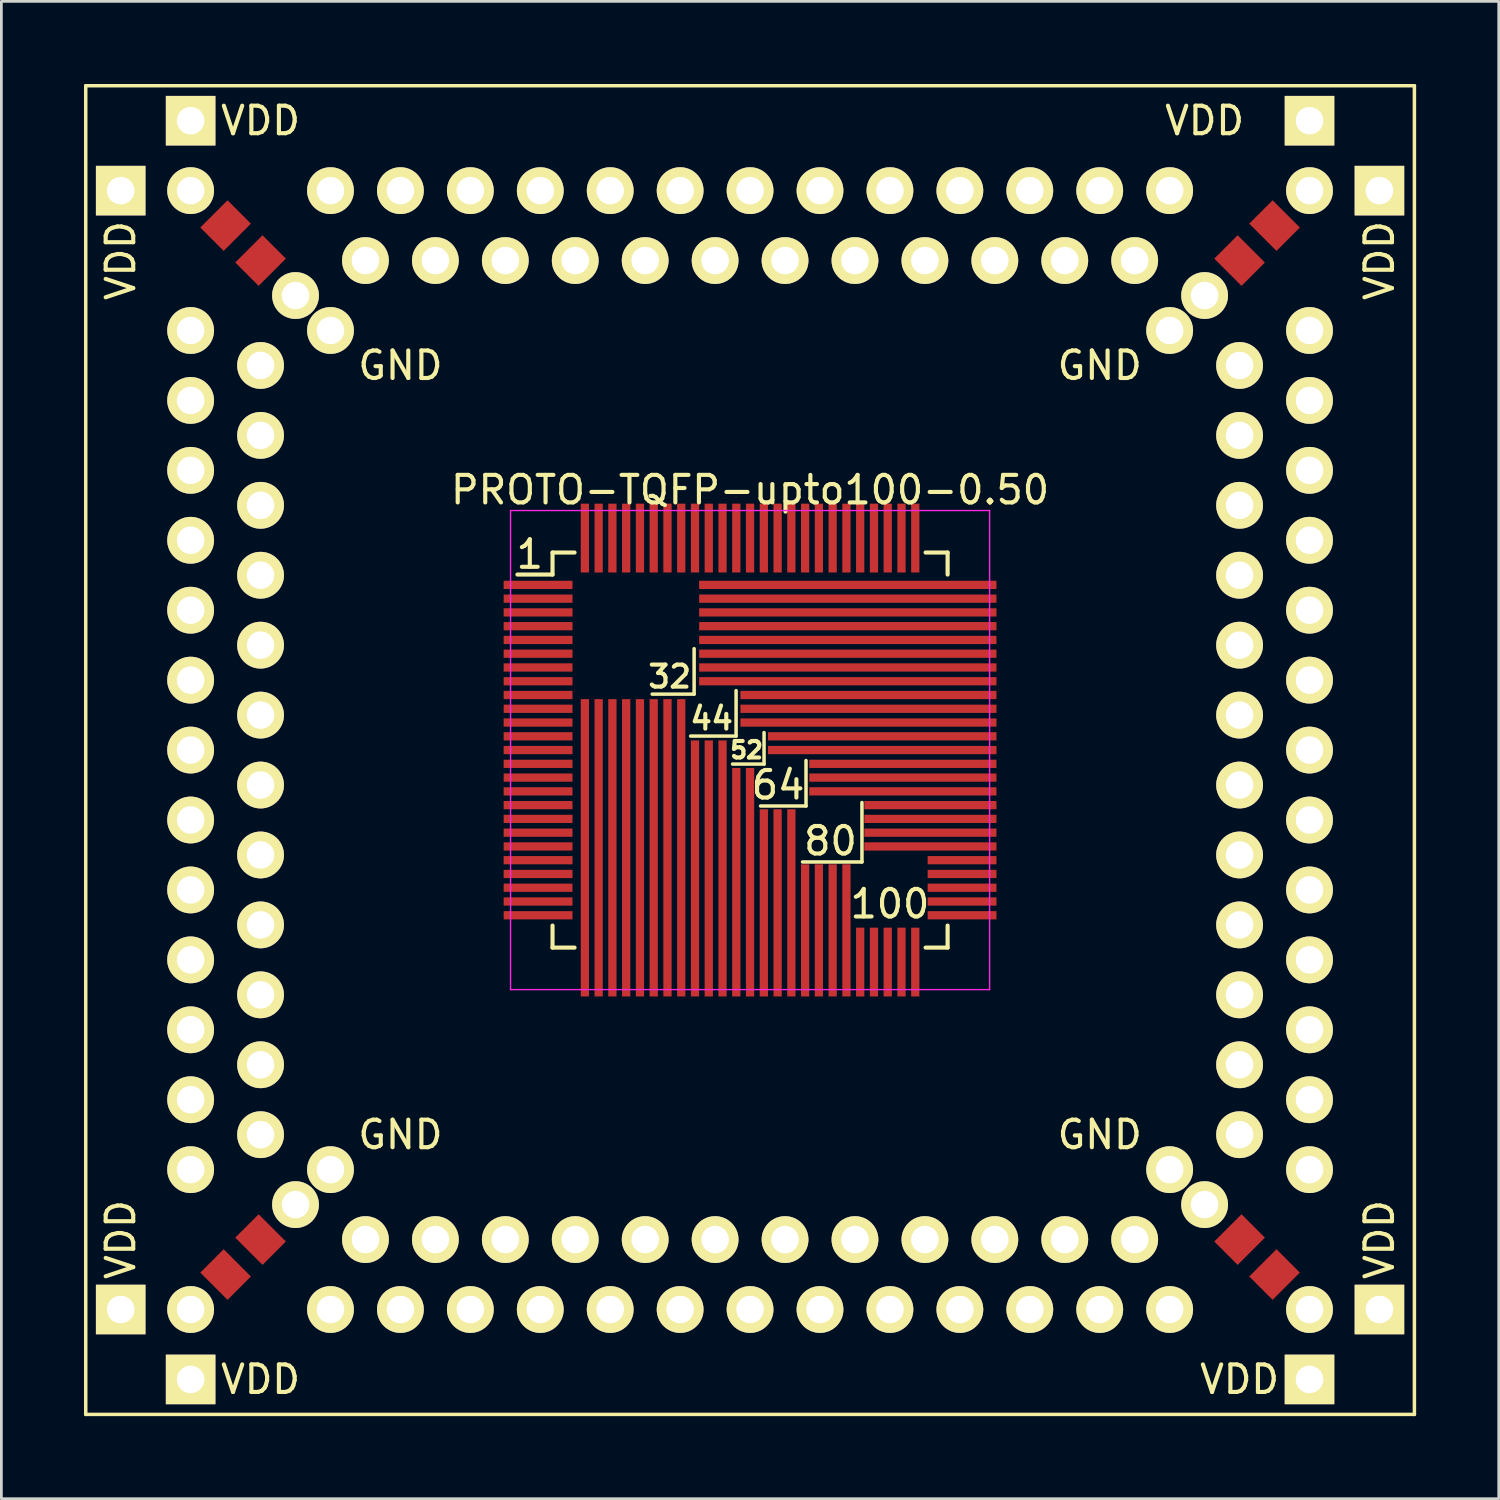
<source format=kicad_pcb>
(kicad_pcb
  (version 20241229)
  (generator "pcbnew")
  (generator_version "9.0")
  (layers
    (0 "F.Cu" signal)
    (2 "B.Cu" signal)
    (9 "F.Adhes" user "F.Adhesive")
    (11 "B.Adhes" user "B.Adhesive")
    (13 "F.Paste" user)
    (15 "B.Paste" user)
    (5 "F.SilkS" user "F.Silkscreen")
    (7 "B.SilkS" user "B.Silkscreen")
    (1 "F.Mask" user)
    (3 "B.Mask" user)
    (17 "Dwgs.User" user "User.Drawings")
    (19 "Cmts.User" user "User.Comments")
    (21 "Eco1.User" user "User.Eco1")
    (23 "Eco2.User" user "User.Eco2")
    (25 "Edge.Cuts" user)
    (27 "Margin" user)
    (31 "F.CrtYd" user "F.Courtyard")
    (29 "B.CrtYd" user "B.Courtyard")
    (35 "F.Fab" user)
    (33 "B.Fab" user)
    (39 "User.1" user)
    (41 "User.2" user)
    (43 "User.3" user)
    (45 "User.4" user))
  (footprint "PROTO-TQFP-upto100-0.50"
    (layer "F.Cu")
    (at 24.194 24.194)
    (property "Reference" "PROTO-TQFP-upto100-0.50" (at 0 -9.45 0) (layer "F.SilkS") (effects (font (size 1 1) (thickness 0.15))))
    (attr smd)
    (fp_line (start -24.13 -24.13) (end 24.13 -24.13) (stroke (width 0.127) (type solid)) (layer "F.SilkS"))
    (fp_line (start -24.13 24.13) (end -24.13 -24.13) (stroke (width 0.127) (type solid)) (layer "F.SilkS"))
    (fp_line (start -7.175 -7.175) (end -7.175 -6.375) (stroke (width 0.15) (type solid)) (layer "F.SilkS"))
    (fp_line (start -7.175 -7.175) (end -6.375 -7.175) (stroke (width 0.15) (type solid)) (layer "F.SilkS"))
    (fp_line (start -7.175 -6.375) (end -8.45 -6.375) (stroke (width 0.15) (type solid)) (layer "F.SilkS"))
    (fp_line (start -7.175 7.175) (end -7.175 6.375) (stroke (width 0.15) (type solid)) (layer "F.SilkS"))
    (fp_line (start -7.175 7.175) (end -6.375 7.175) (stroke (width 0.15) (type solid)) (layer "F.SilkS"))
    (fp_line (start -2.032 -3.683) (end -2.032 -2.032) (stroke (width 0.127) (type solid)) (layer "F.SilkS"))
    (fp_line (start -2.032 -2.032) (end -3.556 -2.032) (stroke (width 0.127) (type solid)) (layer "F.SilkS"))
    (fp_line (start -0.508 -2.159) (end -0.508 -0.508) (stroke (width 0.127) (type solid)) (layer "F.SilkS"))
    (fp_line (start -0.508 -0.508) (end -2.159 -0.508) (stroke (width 0.127) (type solid)) (layer "F.SilkS"))
    (fp_line (start 0.508 -0.635) (end 0.508 0.508) (stroke (width 0.127) (type solid)) (layer "F.SilkS"))
    (fp_line (start 0.508 0.508) (end -0.635 0.508) (stroke (width 0.127) (type solid)) (layer "F.SilkS"))
    (fp_line (start 2.032 0.381) (end 2.032 2.032) (stroke (width 0.127) (type solid)) (layer "F.SilkS"))
    (fp_line (start 2.032 2.032) (end 0.381 2.032) (stroke (width 0.127) (type solid)) (layer "F.SilkS"))
    (fp_line (start 4.064 1.905) (end 4.064 4.064) (stroke (width 0.127) (type solid)) (layer "F.SilkS"))
    (fp_line (start 4.064 4.064) (end 1.905 4.064) (stroke (width 0.127) (type solid)) (layer "F.SilkS"))
    (fp_line (start 7.175 -7.175) (end 6.375 -7.175) (stroke (width 0.15) (type solid)) (layer "F.SilkS"))
    (fp_line (start 7.175 -7.175) (end 7.175 -6.375) (stroke (width 0.15) (type solid)) (layer "F.SilkS"))
    (fp_line (start 7.175 7.175) (end 6.375 7.175) (stroke (width 0.15) (type solid)) (layer "F.SilkS"))
    (fp_line (start 7.175 7.175) (end 7.175 6.375) (stroke (width 0.15) (type solid)) (layer "F.SilkS"))
    (fp_line (start 24.13 -24.13) (end 24.13 24.13) (stroke (width 0.127) (type solid)) (layer "F.SilkS"))
    (fp_line (start 24.13 24.13) (end -24.13 24.13) (stroke (width 0.127) (type solid)) (layer "F.SilkS"))
    (fp_line (start -8.7 -8.7) (end -8.7 8.7) (stroke (width 0.05) (type solid)) (layer "F.CrtYd"))
    (fp_line (start -8.7 -8.7) (end 8.7 -8.7) (stroke (width 0.05) (type solid)) (layer "F.CrtYd"))
    (fp_line (start -8.7 8.7) (end 8.7 8.7) (stroke (width 0.05) (type solid)) (layer "F.CrtYd"))
    (fp_line (start 8.7 -8.7) (end 8.7 8.7) (stroke (width 0.05) (type solid)) (layer "F.CrtYd"))
    (fp_text user "VDD" (at -17.78 22.86 0) (layer "F.SilkS") (effects (font (size 1 1) (thickness 0.15))))
    (fp_text user "VDD" (at -17.78 -22.86 0) (layer "F.SilkS") (effects (font (size 1 1) (thickness 0.15))))
    (fp_text user "GND" (at 12.7 13.97 0) (layer "F.SilkS") (effects (font (size 1 1) (thickness 0.15))))
    (fp_text user "100" (at 5.08 5.588 0) (layer "F.SilkS") (effects (font (size 1 1) (thickness 0.15))))
    (fp_text user "GND" (at 12.7 -13.97 0) (layer "F.SilkS") (effects (font (size 1 1) (thickness 0.15))))
    (fp_text user "64" (at 1.016 1.27 0) (layer "F.SilkS") (effects (font (size 1 1) (thickness 0.15))))
    (fp_text user "80" (at 2.921 3.302 0) (layer "F.SilkS") (effects (font (size 1 1) (thickness 0.15))))
    (fp_text user "1" (at -8.001 -7.112 180) (layer "F.SilkS") (effects (font (size 1 1) (thickness 0.15))))
    (fp_text user "VDD" (at -22.86 -17.78 90) (layer "F.SilkS") (effects (font (size 1 1) (thickness 0.15))))
    (fp_text user "44" (at -1.397 -1.143 0) (layer "F.SilkS") (effects (font (size 0.8 0.8) (thickness 0.15))))
    (fp_text user "VDD" (at 22.86 -17.78 90) (layer "F.SilkS") (effects (font (size 1 1) (thickness 0.15))))
    (fp_text user "VDD" (at 22.86 17.78 90) (layer "F.SilkS") (effects (font (size 1 1) (thickness 0.15))))
    (fp_text user "VDD" (at 16.51 -22.86 0) (layer "F.SilkS") (effects (font (size 1 1) (thickness 0.15))))
    (fp_text user "GND" (at -12.7 13.97 0) (layer "F.SilkS") (effects (font (size 1 1) (thickness 0.15))))
    (fp_text user "VDD" (at 17.78 22.86 0) (layer "F.SilkS") (effects (font (size 1 1) (thickness 0.15))))
    (fp_text user "52" (at -0.127 0 0) (layer "F.SilkS") (effects (font (size 0.6 0.6) (thickness 0.15))))
    (fp_text user "VDD" (at -22.86 17.78 90) (layer "F.SilkS") (effects (font (size 1 1) (thickness 0.15))))
    (fp_text user "32" (at -2.921 -2.667 0) (layer "F.SilkS") (effects (font (size 0.8 0.8) (thickness 0.15))))
    (fp_text user "GND" (at -12.7 -13.97 0) (layer "F.SilkS") (effects (font (size 1 1) (thickness 0.15))))
    (pad "1" thru_hole circle (at -20.32 -15.24) (size 1.7 1.7) (drill 1) (layers "*.Cu" "*.Mask" "F.SilkS"))
    (pad "1" smd rect (at -7.7 -6) (size 2.5 0.3) (layers "F.Cu" "F.Mask" "F.Paste"))
    (pad "2" thru_hole circle (at -17.78 -13.97) (size 1.7 1.7) (drill 1) (layers "*.Cu" "*.Mask" "F.SilkS"))
    (pad "2" smd rect (at -7.7 -5.5) (size 2.5 0.3) (layers "F.Cu" "F.Mask" "F.Paste"))
    (pad "3" thru_hole circle (at -20.32 -12.7) (size 1.7 1.7) (drill 1) (layers "*.Cu" "*.Mask" "F.SilkS"))
    (pad "3" smd rect (at -7.7 -5) (size 2.5 0.3) (layers "F.Cu" "F.Mask" "F.Paste"))
    (pad "4" thru_hole circle (at -17.78 -11.43) (size 1.7 1.7) (drill 1) (layers "*.Cu" "*.Mask" "F.SilkS"))
    (pad "4" smd rect (at -7.7 -4.5) (size 2.5 0.3) (layers "F.Cu" "F.Mask" "F.Paste"))
    (pad "5" thru_hole circle (at -20.32 -10.16) (size 1.7 1.7) (drill 1) (layers "*.Cu" "*.Mask" "F.SilkS"))
    (pad "5" smd rect (at -7.7 -4) (size 2.5 0.3) (layers "F.Cu" "F.Mask" "F.Paste"))
    (pad "6" thru_hole circle (at -17.78 -8.89) (size 1.7 1.7) (drill 1) (layers "*.Cu" "*.Mask" "F.SilkS"))
    (pad "6" smd rect (at -7.7 -3.5) (size 2.5 0.3) (layers "F.Cu" "F.Mask" "F.Paste"))
    (pad "7" thru_hole circle (at -20.32 -7.62) (size 1.7 1.7) (drill 1) (layers "*.Cu" "*.Mask" "F.SilkS"))
    (pad "7" smd rect (at -7.7 -3) (size 2.5 0.3) (layers "F.Cu" "F.Mask" "F.Paste"))
    (pad "8" thru_hole circle (at -17.78 -6.35) (size 1.7 1.7) (drill 1) (layers "*.Cu" "*.Mask" "F.SilkS"))
    (pad "8" smd rect (at -7.7 -2.5) (size 2.5 0.3) (layers "F.Cu" "F.Mask" "F.Paste"))
    (pad "9" thru_hole circle (at -20.32 -5.08) (size 1.7 1.7) (drill 1) (layers "*.Cu" "*.Mask" "F.SilkS"))
    (pad "9" smd rect (at -7.7 -2) (size 2.5 0.3) (layers "F.Cu" "F.Mask" "F.Paste"))
    (pad "10" thru_hole circle (at -17.78 -3.81) (size 1.7 1.7) (drill 1) (layers "*.Cu" "*.Mask" "F.SilkS"))
    (pad "10" smd rect (at -7.7 -1.5) (size 2.5 0.3) (layers "F.Cu" "F.Mask" "F.Paste"))
    (pad "11" thru_hole circle (at -20.32 -2.54) (size 1.7 1.7) (drill 1) (layers "*.Cu" "*.Mask" "F.SilkS"))
    (pad "11" smd rect (at -7.7 -1) (size 2.5 0.3) (layers "F.Cu" "F.Mask" "F.Paste"))
    (pad "12" thru_hole circle (at -17.78 -1.27) (size 1.7 1.7) (drill 1) (layers "*.Cu" "*.Mask" "F.SilkS"))
    (pad "12" smd rect (at -7.7 -0.5) (size 2.5 0.3) (layers "F.Cu" "F.Mask" "F.Paste"))
    (pad "13" thru_hole circle (at -20.32 0) (size 1.7 1.7) (drill 1) (layers "*.Cu" "*.Mask" "F.SilkS"))
    (pad "13" smd rect (at -7.7 0) (size 2.5 0.3) (layers "F.Cu" "F.Mask" "F.Paste"))
    (pad "14" thru_hole circle (at -17.78 1.27) (size 1.7 1.7) (drill 1) (layers "*.Cu" "*.Mask" "F.SilkS"))
    (pad "14" smd rect (at -7.7 0.5) (size 2.5 0.3) (layers "F.Cu" "F.Mask" "F.Paste"))
    (pad "15" thru_hole circle (at -20.32 2.54) (size 1.7 1.7) (drill 1) (layers "*.Cu" "*.Mask" "F.SilkS"))
    (pad "15" smd rect (at -7.7 1) (size 2.5 0.3) (layers "F.Cu" "F.Mask" "F.Paste"))
    (pad "16" thru_hole circle (at -17.78 3.81) (size 1.7 1.7) (drill 1) (layers "*.Cu" "*.Mask" "F.SilkS"))
    (pad "16" smd rect (at -7.7 1.5) (size 2.5 0.3) (layers "F.Cu" "F.Mask" "F.Paste"))
    (pad "17" thru_hole circle (at -20.32 5.08) (size 1.7 1.7) (drill 1) (layers "*.Cu" "*.Mask" "F.SilkS"))
    (pad "17" smd rect (at -7.7 2) (size 2.5 0.3) (layers "F.Cu" "F.Mask" "F.Paste"))
    (pad "18" thru_hole circle (at -17.78 6.35) (size 1.7 1.7) (drill 1) (layers "*.Cu" "*.Mask" "F.SilkS"))
    (pad "18" smd rect (at -7.7 2.5) (size 2.5 0.3) (layers "F.Cu" "F.Mask" "F.Paste"))
    (pad "19" thru_hole circle (at -20.32 7.62) (size 1.7 1.7) (drill 1) (layers "*.Cu" "*.Mask" "F.SilkS"))
    (pad "19" smd rect (at -7.7 3) (size 2.5 0.3) (layers "F.Cu" "F.Mask" "F.Paste"))
    (pad "20" thru_hole circle (at -17.78 8.89) (size 1.7 1.7) (drill 1) (layers "*.Cu" "*.Mask" "F.SilkS"))
    (pad "20" smd rect (at -7.7 3.5) (size 2.5 0.3) (layers "F.Cu" "F.Mask" "F.Paste"))
    (pad "21" thru_hole circle (at -20.32 10.16) (size 1.7 1.7) (drill 1) (layers "*.Cu" "*.Mask" "F.SilkS"))
    (pad "21" smd rect (at -7.7 4) (size 2.5 0.3) (layers "F.Cu" "F.Mask" "F.Paste"))
    (pad "22" thru_hole circle (at -17.78 11.43) (size 1.7 1.7) (drill 1) (layers "*.Cu" "*.Mask" "F.SilkS"))
    (pad "22" smd rect (at -7.7 4.5) (size 2.5 0.3) (layers "F.Cu" "F.Mask" "F.Paste"))
    (pad "23" thru_hole circle (at -20.32 12.7) (size 1.7 1.7) (drill 1) (layers "*.Cu" "*.Mask" "F.SilkS"))
    (pad "23" smd rect (at -7.7 5) (size 2.5 0.3) (layers "F.Cu" "F.Mask" "F.Paste"))
    (pad "24" thru_hole circle (at -17.78 13.97) (size 1.7 1.7) (drill 1) (layers "*.Cu" "*.Mask" "F.SilkS"))
    (pad "24" smd rect (at -7.7 5.5) (size 2.5 0.3) (layers "F.Cu" "F.Mask" "F.Paste"))
    (pad "25" thru_hole circle (at -20.32 15.24) (size 1.7 1.7) (drill 1) (layers "*.Cu" "*.Mask" "F.SilkS"))
    (pad "25" smd rect (at -7.7 6) (size 2.5 0.3) (layers "F.Cu" "F.Mask" "F.Paste"))
    (pad "26" thru_hole circle (at -15.24 20.32) (size 1.7 1.7) (drill 1) (layers "*.Cu" "*.Mask" "F.SilkS"))
    (pad "26" smd rect (at -6 3.55 90) (size 10.8 0.3) (layers "F.Cu" "F.Mask" "F.Paste"))
    (pad "27" thru_hole circle (at -13.97 17.78) (size 1.7 1.7) (drill 1) (layers "*.Cu" "*.Mask" "F.SilkS"))
    (pad "27" smd rect (at -5.5 3.55 90) (size 10.8 0.3) (layers "F.Cu" "F.Mask" "F.Paste"))
    (pad "28" thru_hole circle (at -12.7 20.32) (size 1.7 1.7) (drill 1) (layers "*.Cu" "*.Mask" "F.SilkS"))
    (pad "28" smd rect (at -5 3.55 90) (size 10.8 0.3) (layers "F.Cu" "F.Mask" "F.Paste"))
    (pad "29" thru_hole circle (at -11.43 17.78) (size 1.7 1.7) (drill 1) (layers "*.Cu" "*.Mask" "F.SilkS"))
    (pad "29" smd rect (at -4.5 3.55 90) (size 10.8 0.3) (layers "F.Cu" "F.Mask" "F.Paste"))
    (pad "30" thru_hole circle (at -10.16 20.32) (size 1.7 1.7) (drill 1) (layers "*.Cu" "*.Mask" "F.SilkS"))
    (pad "30" smd rect (at -4 3.55 90) (size 10.8 0.3) (layers "F.Cu" "F.Mask" "F.Paste"))
    (pad "31" thru_hole circle (at -8.89 17.78) (size 1.7 1.7) (drill 1) (layers "*.Cu" "*.Mask" "F.SilkS"))
    (pad "31" smd rect (at -3.5 3.55 90) (size 10.8 0.3) (layers "F.Cu" "F.Mask" "F.Paste"))
    (pad "32" thru_hole circle (at -7.62 20.32) (size 1.7 1.7) (drill 1) (layers "*.Cu" "*.Mask" "F.SilkS"))
    (pad "32" smd rect (at -3 3.55 90) (size 10.8 0.3) (layers "F.Cu" "F.Mask" "F.Paste"))
    (pad "33" thru_hole circle (at -6.35 17.78) (size 1.7 1.7) (drill 1) (layers "*.Cu" "*.Mask" "F.SilkS"))
    (pad "33" smd rect (at -2.5 3.55 90) (size 10.8 0.3) (layers "F.Cu" "F.Mask" "F.Paste"))
    (pad "34" thru_hole circle (at -5.08 20.32) (size 1.7 1.7) (drill 1) (layers "*.Cu" "*.Mask" "F.SilkS"))
    (pad "34" smd rect (at -2 4.3 90) (size 9.3 0.3) (layers "F.Cu" "F.Mask" "F.Paste"))
    (pad "35" thru_hole circle (at -3.81 17.78) (size 1.7 1.7) (drill 1) (layers "*.Cu" "*.Mask" "F.SilkS"))
    (pad "35" smd rect (at -1.5 4.3 90) (size 9.3 0.3) (layers "F.Cu" "F.Mask" "F.Paste"))
    (pad "36" thru_hole circle (at -2.54 20.32) (size 1.7 1.7) (drill 1) (layers "*.Cu" "*.Mask" "F.SilkS"))
    (pad "36" smd rect (at -1 4.3 90) (size 9.3 0.3) (layers "F.Cu" "F.Mask" "F.Paste"))
    (pad "37" thru_hole circle (at -1.27 17.78) (size 1.7 1.7) (drill 1) (layers "*.Cu" "*.Mask" "F.SilkS"))
    (pad "37" smd rect (at -0.5 4.8 90) (size 8.3 0.3) (layers "F.Cu" "F.Mask" "F.Paste"))
    (pad "38" smd rect (at 0 4.8 90) (size 8.3 0.3) (layers "F.Cu" "F.Mask" "F.Paste"))
    (pad "38" thru_hole circle (at 0 20.32) (size 1.7 1.7) (drill 1) (layers "*.Cu" "*.Mask" "F.SilkS"))
    (pad "39" smd rect (at 0.5 5.55 90) (size 6.8 0.3) (layers "F.Cu" "F.Mask" "F.Paste"))
    (pad "39" thru_hole circle (at 1.27 17.78) (size 1.7 1.7) (drill 1) (layers "*.Cu" "*.Mask" "F.SilkS"))
    (pad "40" smd rect (at 1 5.55 90) (size 6.8 0.3) (layers "F.Cu" "F.Mask" "F.Paste"))
    (pad "40" thru_hole circle (at 2.54 20.32) (size 1.7 1.7) (drill 1) (layers "*.Cu" "*.Mask" "F.SilkS"))
    (pad "41" smd rect (at 1.5 5.55 90) (size 6.8 0.3) (layers "F.Cu" "F.Mask" "F.Paste"))
    (pad "41" thru_hole circle (at 3.81 17.78) (size 1.7 1.7) (drill 1) (layers "*.Cu" "*.Mask" "F.SilkS"))
    (pad "42" smd rect (at 2 6.55 90) (size 4.8 0.3) (layers "F.Cu" "F.Mask" "F.Paste"))
    (pad "42" thru_hole circle (at 5.08 20.32) (size 1.7 1.7) (drill 1) (layers "*.Cu" "*.Mask" "F.SilkS"))
    (pad "43" smd rect (at 2.5 6.55 90) (size 4.8 0.3) (layers "F.Cu" "F.Mask" "F.Paste"))
    (pad "43" thru_hole circle (at 6.35 17.78) (size 1.7 1.7) (drill 1) (layers "*.Cu" "*.Mask" "F.SilkS"))
    (pad "44" smd rect (at 3 6.55 90) (size 4.8 0.3) (layers "F.Cu" "F.Mask" "F.Paste"))
    (pad "44" thru_hole circle (at 7.62 20.32) (size 1.7 1.7) (drill 1) (layers "*.Cu" "*.Mask" "F.SilkS"))
    (pad "45" smd rect (at 3.5 6.55 90) (size 4.8 0.3) (layers "F.Cu" "F.Mask" "F.Paste"))
    (pad "45" thru_hole circle (at 8.89 17.78) (size 1.7 1.7) (drill 1) (layers "*.Cu" "*.Mask" "F.SilkS"))
    (pad "46" smd rect (at 4 7.7 90) (size 2.5 0.3) (layers "F.Cu" "F.Mask" "F.Paste"))
    (pad "46" thru_hole circle (at 10.16 20.32) (size 1.7 1.7) (drill 1) (layers "*.Cu" "*.Mask" "F.SilkS"))
    (pad "47" smd rect (at 4.5 7.7 90) (size 2.5 0.3) (layers "F.Cu" "F.Mask" "F.Paste"))
    (pad "47" thru_hole circle (at 11.43 17.78) (size 1.7 1.7) (drill 1) (layers "*.Cu" "*.Mask" "F.SilkS"))
    (pad "48" smd rect (at 5 7.7 90) (size 2.5 0.3) (layers "F.Cu" "F.Mask" "F.Paste"))
    (pad "48" thru_hole circle (at 12.7 20.32) (size 1.7 1.7) (drill 1) (layers "*.Cu" "*.Mask" "F.SilkS"))
    (pad "49" smd rect (at 5.5 7.7 90) (size 2.5 0.3) (layers "F.Cu" "F.Mask" "F.Paste"))
    (pad "49" thru_hole circle (at 13.97 17.78) (size 1.7 1.7) (drill 1) (layers "*.Cu" "*.Mask" "F.SilkS"))
    (pad "50" smd rect (at 6 7.7 90) (size 2.5 0.3) (layers "F.Cu" "F.Mask" "F.Paste"))
    (pad "50" thru_hole circle (at 15.24 20.32) (size 1.7 1.7) (drill 1) (layers "*.Cu" "*.Mask" "F.SilkS"))
    (pad "51" smd rect (at 7.7 6) (size 2.5 0.3) (layers "F.Cu" "F.Mask" "F.Paste"))
    (pad "51" thru_hole circle (at 20.32 15.24) (size 1.7 1.7) (drill 1) (layers "*.Cu" "*.Mask" "F.SilkS"))
    (pad "52" smd rect (at 7.7 5.5) (size 2.5 0.3) (layers "F.Cu" "F.Mask" "F.Paste"))
    (pad "52" thru_hole circle (at 17.78 13.97) (size 1.7 1.7) (drill 1) (layers "*.Cu" "*.Mask" "F.SilkS"))
    (pad "53" smd rect (at 7.7 5) (size 2.5 0.3) (layers "F.Cu" "F.Mask" "F.Paste"))
    (pad "53" thru_hole circle (at 20.32 12.7) (size 1.7 1.7) (drill 1) (layers "*.Cu" "*.Mask" "F.SilkS"))
    (pad "54" smd rect (at 7.7 4.5) (size 2.5 0.3) (layers "F.Cu" "F.Mask" "F.Paste"))
    (pad "54" thru_hole circle (at 17.78 11.43) (size 1.7 1.7) (drill 1) (layers "*.Cu" "*.Mask" "F.SilkS"))
    (pad "55" smd rect (at 7.7 4) (size 2.5 0.3) (layers "F.Cu" "F.Mask" "F.Paste"))
    (pad "55" thru_hole circle (at 20.32 10.16) (size 1.7 1.7) (drill 1) (layers "*.Cu" "*.Mask" "F.SilkS"))
    (pad "56" smd rect (at 6.55 3.5) (size 4.8 0.3) (layers "F.Cu" "F.Mask" "F.Paste"))
    (pad "56" thru_hole circle (at 17.78 8.89) (size 1.7 1.7) (drill 1) (layers "*.Cu" "*.Mask" "F.SilkS"))
    (pad "57" smd rect (at 6.55 3) (size 4.8 0.3) (layers "F.Cu" "F.Mask" "F.Paste"))
    (pad "57" thru_hole circle (at 20.32 7.62) (size 1.7 1.7) (drill 1) (layers "*.Cu" "*.Mask" "F.SilkS"))
    (pad "58" smd rect (at 6.55 2.5) (size 4.8 0.3) (layers "F.Cu" "F.Mask" "F.Paste"))
    (pad "58" thru_hole circle (at 17.78 6.35) (size 1.7 1.7) (drill 1) (layers "*.Cu" "*.Mask" "F.SilkS"))
    (pad "59" smd rect (at 6.55 2) (size 4.8 0.3) (layers "F.Cu" "F.Mask" "F.Paste"))
    (pad "59" thru_hole circle (at 20.32 5.08) (size 1.7 1.7) (drill 1) (layers "*.Cu" "*.Mask" "F.SilkS"))
    (pad "60" smd rect (at 5.55 1.5) (size 6.8 0.3) (layers "F.Cu" "F.Mask" "F.Paste"))
    (pad "60" thru_hole circle (at 17.78 3.81) (size 1.7 1.7) (drill 1) (layers "*.Cu" "*.Mask" "F.SilkS"))
    (pad "61" smd rect (at 5.55 1) (size 6.8 0.3) (layers "F.Cu" "F.Mask" "F.Paste"))
    (pad "61" thru_hole circle (at 20.32 2.54) (size 1.7 1.7) (drill 1) (layers "*.Cu" "*.Mask" "F.SilkS"))
    (pad "62" smd rect (at 5.55 0.5) (size 6.8 0.3) (layers "F.Cu" "F.Mask" "F.Paste"))
    (pad "62" thru_hole circle (at 17.78 1.27) (size 1.7 1.7) (drill 1) (layers "*.Cu" "*.Mask" "F.SilkS"))
    (pad "63" smd rect (at 4.8 0) (size 8.3 0.3) (layers "F.Cu" "F.Mask" "F.Paste"))
    (pad "63" thru_hole circle (at 20.32 0) (size 1.7 1.7) (drill 1) (layers "*.Cu" "*.Mask" "F.SilkS"))
    (pad "64" smd rect (at 4.8 -0.5) (size 8.3 0.3) (layers "F.Cu" "F.Mask" "F.Paste"))
    (pad "64" thru_hole circle (at 17.78 -1.27) (size 1.7 1.7) (drill 1) (layers "*.Cu" "*.Mask" "F.SilkS"))
    (pad "65" smd rect (at 4.3 -1) (size 9.3 0.3) (layers "F.Cu" "F.Mask" "F.Paste"))
    (pad "65" thru_hole circle (at 20.32 -2.54) (size 1.7 1.7) (drill 1) (layers "*.Cu" "*.Mask" "F.SilkS"))
    (pad "66" smd rect (at 4.3 -1.5) (size 9.3 0.3) (layers "F.Cu" "F.Mask" "F.Paste"))
    (pad "66" thru_hole circle (at 17.78 -3.81) (size 1.7 1.7) (drill 1) (layers "*.Cu" "*.Mask" "F.SilkS"))
    (pad "67" smd rect (at 4.3 -2) (size 9.3 0.3) (layers "F.Cu" "F.Mask" "F.Paste"))
    (pad "67" thru_hole circle (at 20.32 -5.08) (size 1.7 1.7) (drill 1) (layers "*.Cu" "*.Mask" "F.SilkS"))
    (pad "68" smd rect (at 3.55 -2.5) (size 10.8 0.3) (layers "F.Cu" "F.Mask" "F.Paste"))
    (pad "68" thru_hole circle (at 17.78 -6.35) (size 1.7 1.7) (drill 1) (layers "*.Cu" "*.Mask" "F.SilkS"))
    (pad "69" smd rect (at 3.55 -3) (size 10.8 0.3) (layers "F.Cu" "F.Mask" "F.Paste"))
    (pad "69" thru_hole circle (at 20.32 -7.62) (size 1.7 1.7) (drill 1) (layers "*.Cu" "*.Mask" "F.SilkS"))
    (pad "70" smd rect (at 3.55 -3.5) (size 10.8 0.3) (layers "F.Cu" "F.Mask" "F.Paste"))
    (pad "70" thru_hole circle (at 17.78 -8.89) (size 1.7 1.7) (drill 1) (layers "*.Cu" "*.Mask" "F.SilkS"))
    (pad "71" smd rect (at 3.55 -4) (size 10.8 0.3) (layers "F.Cu" "F.Mask" "F.Paste"))
    (pad "71" thru_hole circle (at 20.32 -10.16) (size 1.7 1.7) (drill 1) (layers "*.Cu" "*.Mask" "F.SilkS"))
    (pad "72" smd rect (at 3.55 -4.5) (size 10.8 0.3) (layers "F.Cu" "F.Mask" "F.Paste"))
    (pad "72" thru_hole circle (at 17.78 -11.43) (size 1.7 1.7) (drill 1) (layers "*.Cu" "*.Mask" "F.SilkS"))
    (pad "73" smd rect (at 3.55 -5) (size 10.8 0.3) (layers "F.Cu" "F.Mask" "F.Paste"))
    (pad "73" thru_hole circle (at 20.32 -12.7) (size 1.7 1.7) (drill 1) (layers "*.Cu" "*.Mask" "F.SilkS"))
    (pad "74" smd rect (at 3.55 -5.5) (size 10.8 0.3) (layers "F.Cu" "F.Mask" "F.Paste"))
    (pad "74" thru_hole circle (at 17.78 -13.97) (size 1.7 1.7) (drill 1) (layers "*.Cu" "*.Mask" "F.SilkS"))
    (pad "75" smd rect (at 3.55 -6) (size 10.8 0.3) (layers "F.Cu" "F.Mask" "F.Paste"))
    (pad "75" thru_hole circle (at 20.32 -15.24) (size 1.7 1.7) (drill 1) (layers "*.Cu" "*.Mask" "F.SilkS"))
    (pad "76" smd rect (at 6 -7.7 90) (size 2.5 0.3) (layers "F.Cu" "F.Mask" "F.Paste"))
    (pad "76" thru_hole circle (at 15.24 -20.32) (size 1.7 1.7) (drill 1) (layers "*.Cu" "*.Mask" "F.SilkS"))
    (pad "77" smd rect (at 5.5 -7.7 90) (size 2.5 0.3) (layers "F.Cu" "F.Mask" "F.Paste"))
    (pad "77" thru_hole circle (at 13.97 -17.78) (size 1.7 1.7) (drill 1) (layers "*.Cu" "*.Mask" "F.SilkS"))
    (pad "78" smd rect (at 5 -7.7 90) (size 2.5 0.3) (layers "F.Cu" "F.Mask" "F.Paste"))
    (pad "78" thru_hole circle (at 12.7 -20.32) (size 1.7 1.7) (drill 1) (layers "*.Cu" "*.Mask" "F.SilkS"))
    (pad "79" smd rect (at 4.5 -7.7 90) (size 2.5 0.3) (layers "F.Cu" "F.Mask" "F.Paste"))
    (pad "79" thru_hole circle (at 11.43 -17.78) (size 1.7 1.7) (drill 1) (layers "*.Cu" "*.Mask" "F.SilkS"))
    (pad "80" smd rect (at 4 -7.7 90) (size 2.5 0.3) (layers "F.Cu" "F.Mask" "F.Paste"))
    (pad "80" thru_hole circle (at 10.16 -20.32) (size 1.7 1.7) (drill 1) (layers "*.Cu" "*.Mask" "F.SilkS"))
    (pad "81" smd rect (at 3.5 -7.7 90) (size 2.5 0.3) (layers "F.Cu" "F.Mask" "F.Paste"))
    (pad "81" thru_hole circle (at 8.89 -17.78) (size 1.7 1.7) (drill 1) (layers "*.Cu" "*.Mask" "F.SilkS"))
    (pad "82" smd rect (at 3 -7.7 90) (size 2.5 0.3) (layers "F.Cu" "F.Mask" "F.Paste"))
    (pad "82" thru_hole circle (at 7.62 -20.32) (size 1.7 1.7) (drill 1) (layers "*.Cu" "*.Mask" "F.SilkS"))
    (pad "83" smd rect (at 2.5 -7.7 90) (size 2.5 0.3) (layers "F.Cu" "F.Mask" "F.Paste"))
    (pad "83" thru_hole circle (at 6.35 -17.78) (size 1.7 1.7) (drill 1) (layers "*.Cu" "*.Mask" "F.SilkS"))
    (pad "84" smd rect (at 2 -7.7 90) (size 2.5 0.3) (layers "F.Cu" "F.Mask" "F.Paste"))
    (pad "84" thru_hole circle (at 5.08 -20.32) (size 1.7 1.7) (drill 1) (layers "*.Cu" "*.Mask" "F.SilkS"))
    (pad "85" smd rect (at 1.5 -7.7 90) (size 2.5 0.3) (layers "F.Cu" "F.Mask" "F.Paste"))
    (pad "85" thru_hole circle (at 3.81 -17.78) (size 1.7 1.7) (drill 1) (layers "*.Cu" "*.Mask" "F.SilkS"))
    (pad "86" smd rect (at 1 -7.7 90) (size 2.5 0.3) (layers "F.Cu" "F.Mask" "F.Paste"))
    (pad "86" thru_hole circle (at 2.54 -20.32) (size 1.7 1.7) (drill 1) (layers "*.Cu" "*.Mask" "F.SilkS"))
    (pad "87" smd rect (at 0.5 -7.7 90) (size 2.5 0.3) (layers "F.Cu" "F.Mask" "F.Paste"))
    (pad "87" thru_hole circle (at 1.27 -17.78) (size 1.7 1.7) (drill 1) (layers "*.Cu" "*.Mask" "F.SilkS"))
    (pad "88" thru_hole circle (at 0 -20.32) (size 1.7 1.7) (drill 1) (layers "*.Cu" "*.Mask" "F.SilkS"))
    (pad "88" smd rect (at 0 -7.7 90) (size 2.5 0.3) (layers "F.Cu" "F.Mask" "F.Paste"))
    (pad "89" thru_hole circle (at -1.27 -17.78) (size 1.7 1.7) (drill 1) (layers "*.Cu" "*.Mask" "F.SilkS"))
    (pad "89" smd rect (at -0.5 -7.7 90) (size 2.5 0.3) (layers "F.Cu" "F.Mask" "F.Paste"))
    (pad "90" thru_hole circle (at -2.54 -20.32) (size 1.7 1.7) (drill 1) (layers "*.Cu" "*.Mask" "F.SilkS"))
    (pad "90" smd rect (at -1 -7.7 90) (size 2.5 0.3) (layers "F.Cu" "F.Mask" "F.Paste"))
    (pad "91" thru_hole circle (at -3.81 -17.78) (size 1.7 1.7) (drill 1) (layers "*.Cu" "*.Mask" "F.SilkS"))
    (pad "91" smd rect (at -1.5 -7.7 90) (size 2.5 0.3) (layers "F.Cu" "F.Mask" "F.Paste"))
    (pad "92" thru_hole circle (at -5.08 -20.32) (size 1.7 1.7) (drill 1) (layers "*.Cu" "*.Mask" "F.SilkS"))
    (pad "92" smd rect (at -2 -7.7 90) (size 2.5 0.3) (layers "F.Cu" "F.Mask" "F.Paste"))
    (pad "93" thru_hole circle (at -6.35 -17.78) (size 1.7 1.7) (drill 1) (layers "*.Cu" "*.Mask" "F.SilkS"))
    (pad "93" smd rect (at -2.5 -7.7 90) (size 2.5 0.3) (layers "F.Cu" "F.Mask" "F.Paste"))
    (pad "94" thru_hole circle (at -7.62 -20.32) (size 1.7 1.7) (drill 1) (layers "*.Cu" "*.Mask" "F.SilkS"))
    (pad "94" smd rect (at -3 -7.7 90) (size 2.5 0.3) (layers "F.Cu" "F.Mask" "F.Paste"))
    (pad "95" thru_hole circle (at -8.89 -17.78) (size 1.7 1.7) (drill 1) (layers "*.Cu" "*.Mask" "F.SilkS"))
    (pad "95" smd rect (at -3.5 -7.7 90) (size 2.5 0.3) (layers "F.Cu" "F.Mask" "F.Paste"))
    (pad "96" thru_hole circle (at -10.16 -20.32) (size 1.7 1.7) (drill 1) (layers "*.Cu" "*.Mask" "F.SilkS"))
    (pad "96" smd rect (at -4 -7.7 90) (size 2.5 0.3) (layers "F.Cu" "F.Mask" "F.Paste"))
    (pad "97" thru_hole circle (at -11.43 -17.78) (size 1.7 1.7) (drill 1) (layers "*.Cu" "*.Mask" "F.SilkS"))
    (pad "97" smd rect (at -4.5 -7.7 90) (size 2.5 0.3) (layers "F.Cu" "F.Mask" "F.Paste"))
    (pad "98" thru_hole circle (at -12.7 -20.32) (size 1.7 1.7) (drill 1) (layers "*.Cu" "*.Mask" "F.SilkS"))
    (pad "98" smd rect (at -5 -7.7 90) (size 2.5 0.3) (layers "F.Cu" "F.Mask" "F.Paste"))
    (pad "99" thru_hole circle (at -13.97 -17.78) (size 1.7 1.7) (drill 1) (layers "*.Cu" "*.Mask" "F.SilkS"))
    (pad "99" smd rect (at -5.5 -7.7 90) (size 2.5 0.3) (layers "F.Cu" "F.Mask" "F.Paste"))
    (pad "100" thru_hole circle (at -15.24 -20.32) (size 1.7 1.7) (drill 1) (layers "*.Cu" "*.Mask" "F.SilkS"))
    (pad "100" smd rect (at -6 -7.7 90) (size 2.5 0.3) (layers "F.Cu" "F.Mask" "F.Paste"))
    (pad "101" smd rect (at -17.78 -17.78 315) (size 1.2 1.4) (layers "F.Cu" "F.Mask" "F.Paste"))
    (pad "101" thru_hole circle (at -16.51 -16.51) (size 1.7 1.7) (drill 1) (layers "*.Cu" "*.Mask" "F.SilkS"))
    (pad "102" thru_hole circle (at -20.32 -20.32) (size 1.7 1.7) (drill 1) (layers "*.Cu" "*.Mask" "F.SilkS"))
    (pad "102" smd rect (at -19.05 -19.05 315) (size 1.2 1.4) (layers "F.Cu" "F.Mask" "F.Paste"))
    (pad "103" smd rect (at -17.78 17.78 45) (size 1.2 1.4) (layers "F.Cu" "F.Mask" "F.Paste"))
    (pad "103" thru_hole circle (at -16.51 16.51) (size 1.7 1.7) (drill 1) (layers "*.Cu" "*.Mask" "F.SilkS"))
    (pad "104" thru_hole circle (at -20.32 20.32) (size 1.7 1.7) (drill 1) (layers "*.Cu" "*.Mask" "F.SilkS"))
    (pad "104" smd rect (at -19.05 19.05 45) (size 1.2 1.4) (layers "F.Cu" "F.Mask" "F.Paste"))
    (pad "105" thru_hole circle (at 16.51 16.51) (size 1.7 1.7) (drill 1) (layers "*.Cu" "*.Mask" "F.SilkS"))
    (pad "105" smd rect (at 17.78 17.78 315) (size 1.2 1.4) (layers "F.Cu" "F.Mask" "F.Paste"))
    (pad "106" smd rect (at 19.05 19.05 315) (size 1.2 1.4) (layers "F.Cu" "F.Mask" "F.Paste"))
    (pad "106" thru_hole circle (at 20.32 20.32) (size 1.7 1.7) (drill 1) (layers "*.Cu" "*.Mask" "F.SilkS"))
    (pad "107" thru_hole circle (at 16.51 -16.51) (size 1.7 1.7) (drill 1) (layers "*.Cu" "*.Mask" "F.SilkS"))
    (pad "107" smd rect (at 17.78 -17.78 45) (size 1.2 1.4) (layers "F.Cu" "F.Mask" "F.Paste"))
    (pad "108" smd rect (at 19.05 -19.05 45) (size 1.2 1.4) (layers "F.Cu" "F.Mask" "F.Paste"))
    (pad "108" thru_hole circle (at 20.32 -20.32) (size 1.7 1.7) (drill 1) (layers "*.Cu" "*.Mask" "F.SilkS"))
    (pad "109" thru_hole circle (at -15.24 -15.24) (size 1.7 1.7) (drill 1) (layers "*.Cu" "*.Mask" "F.SilkS"))
    (pad "110" thru_hole circle (at 15.24 -15.24) (size 1.7 1.7) (drill 1) (layers "*.Cu" "*.Mask" "F.SilkS"))
    (pad "111" thru_hole circle (at -15.24 15.24) (size 1.7 1.7) (drill 1) (layers "*.Cu" "*.Mask" "F.SilkS"))
    (pad "112" thru_hole circle (at 15.24 15.24) (size 1.7 1.7) (drill 1) (layers "*.Cu" "*.Mask" "F.SilkS"))
    (pad "113" thru_hole rect (at 20.32 -22.86) (size 1.8 1.8) (drill 1) (layers "*.Cu" "*.Mask" "F.SilkS"))
    (pad "114" thru_hole rect (at 22.86 -20.32) (size 1.8 1.8) (drill 1) (layers "*.Cu" "*.Mask" "F.SilkS"))
    (pad "115" thru_hole rect (at -20.32 -22.86) (size 1.8 1.8) (drill 1) (layers "*.Cu" "*.Mask" "F.SilkS"))
    (pad "116" thru_hole rect (at -22.86 -20.32) (size 1.8 1.8) (drill 1) (layers "*.Cu" "*.Mask" "F.SilkS"))
    (pad "117" thru_hole rect (at 22.86 20.32) (size 1.8 1.8) (drill 1) (layers "*.Cu" "*.Mask" "F.SilkS"))
    (pad "118" thru_hole rect (at 20.32 22.86) (size 1.8 1.8) (drill 1) (layers "*.Cu" "*.Mask" "F.SilkS"))
    (pad "119" thru_hole rect (at -20.32 22.86) (size 1.8 1.8) (drill 1) (layers "*.Cu" "*.Mask" "F.SilkS"))
    (pad "120" thru_hole rect (at -22.86 20.32) (size 1.8 1.8) (drill 1) (layers "*.Cu" "*.Mask" "F.SilkS")))
  (gr_rect
    (start -3 -3)
    (end 51.387 51.387)
    (stroke (width 0.1) (type default))
    (fill no)
    (layer "Edge.Cuts")))
</source>
